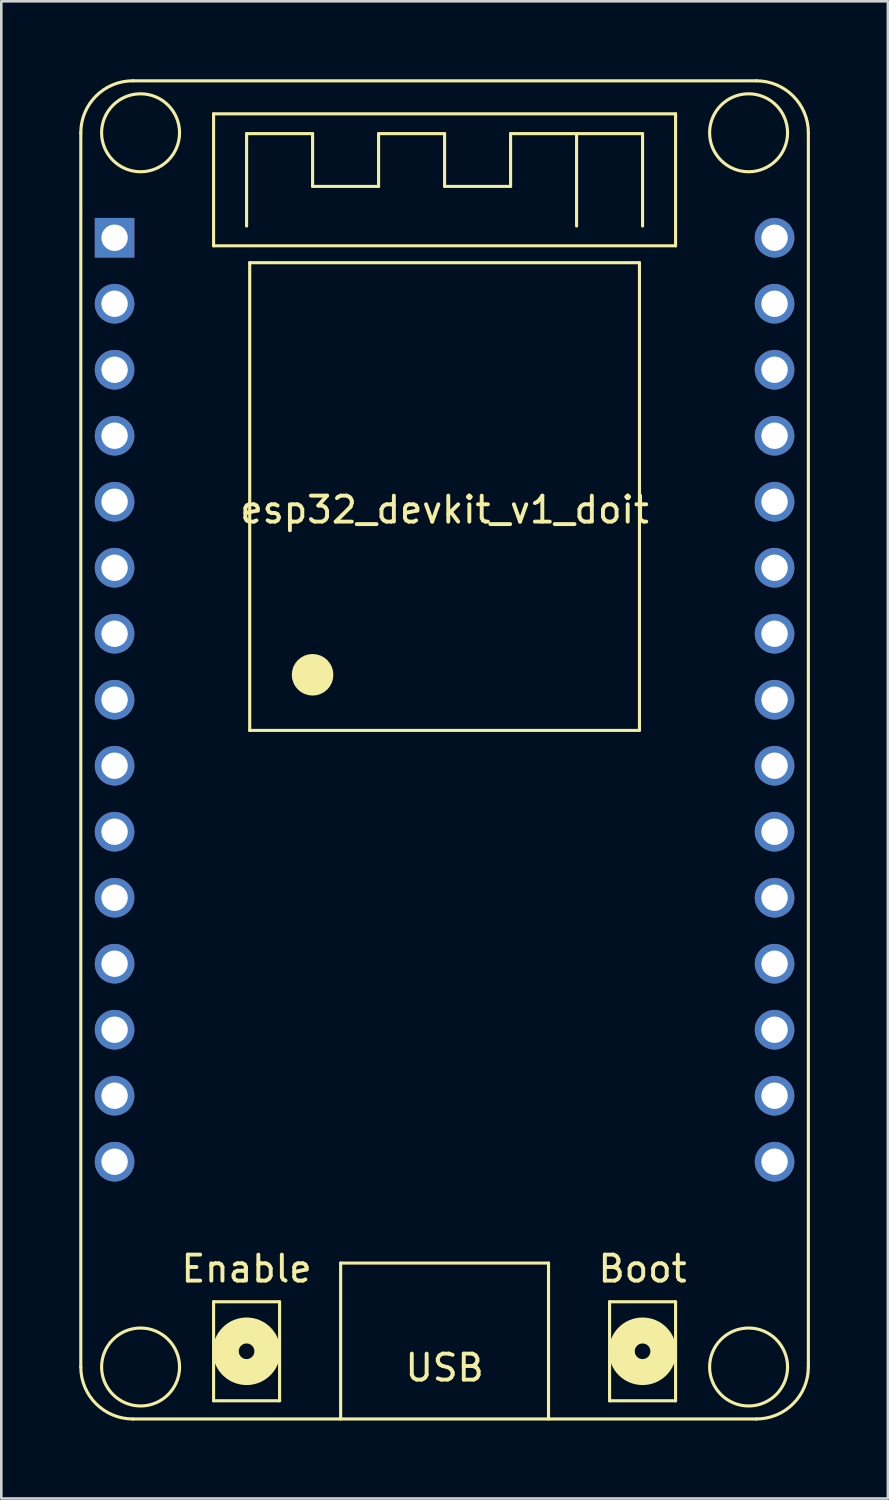
<source format=kicad_pcb>
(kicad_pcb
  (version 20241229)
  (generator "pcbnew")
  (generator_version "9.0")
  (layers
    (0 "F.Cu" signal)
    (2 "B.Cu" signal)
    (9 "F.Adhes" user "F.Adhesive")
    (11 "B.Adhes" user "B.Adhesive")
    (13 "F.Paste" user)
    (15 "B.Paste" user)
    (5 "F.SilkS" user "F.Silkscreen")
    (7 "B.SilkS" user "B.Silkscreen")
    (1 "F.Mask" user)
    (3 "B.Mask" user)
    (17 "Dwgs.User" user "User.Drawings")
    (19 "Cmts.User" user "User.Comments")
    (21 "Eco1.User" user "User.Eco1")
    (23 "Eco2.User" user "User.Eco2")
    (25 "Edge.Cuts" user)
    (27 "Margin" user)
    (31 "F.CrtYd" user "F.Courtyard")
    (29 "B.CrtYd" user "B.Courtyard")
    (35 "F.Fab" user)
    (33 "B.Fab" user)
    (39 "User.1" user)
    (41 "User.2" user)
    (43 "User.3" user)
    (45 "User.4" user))
  (footprint "esp32_devkit_v1_doit"
    (layer "F.Cu")
    (at 14.06 6.1)
    (property "Reference" "esp32_devkit_v1_doit" (at 0 10.47 0) (layer "F.SilkS") (effects (font (size 1 1) (thickness 0.15))))
    (attr smd)
    (fp_line (start -14 -4.04) (end -14 43.46) (stroke (width 0.12) (type solid)) (layer "F.SilkS"))
    (fp_line (start -12 -6.04) (end 12 -6.04) (stroke (width 0.12) (type solid)) (layer "F.SilkS"))
    (fp_line (start -12 45.46) (end 12 45.46) (stroke (width 0.12) (type solid)) (layer "F.SilkS"))
    (fp_line (start -8.89 -4.77) (end 8.89 -4.77) (stroke (width 0.12) (type solid)) (layer "F.SilkS"))
    (fp_line (start -8.89 0.31) (end -8.89 -4.77) (stroke (width 0.12) (type solid)) (layer "F.SilkS"))
    (fp_line (start -8.89 40.95) (end -6.35 40.95) (stroke (width 0.12) (type solid)) (layer "F.SilkS"))
    (fp_line (start -8.89 44.76) (end -8.89 40.95) (stroke (width 0.12) (type solid)) (layer "F.SilkS"))
    (fp_line (start -7.62 -4.008) (end -5.08 -4.008) (stroke (width 0.12) (type solid)) (layer "F.SilkS"))
    (fp_line (start -7.62 -0.452) (end -7.62 -4.008) (stroke (width 0.12) (type solid)) (layer "F.SilkS"))
    (fp_line (start -7.5 0.96) (end 7.5 0.96) (stroke (width 0.12) (type solid)) (layer "F.SilkS"))
    (fp_line (start -7.5 18.96) (end -7.5 0.96) (stroke (width 0.12) (type solid)) (layer "F.SilkS"))
    (fp_line (start -6.35 40.95) (end -6.35 44.76) (stroke (width 0.12) (type solid)) (layer "F.SilkS"))
    (fp_line (start -6.35 44.76) (end -8.89 44.76) (stroke (width 0.12) (type solid)) (layer "F.SilkS"))
    (fp_line (start -5.08 -4.008) (end -5.08 -1.976) (stroke (width 0.12) (type solid)) (layer "F.SilkS"))
    (fp_line (start -5.08 -1.976) (end -2.54 -1.976) (stroke (width 0.12) (type solid)) (layer "F.SilkS"))
    (fp_line (start -4 39.46) (end -4 45.46) (stroke (width 0.12) (type solid)) (layer "F.SilkS"))
    (fp_line (start -4 39.46) (end 4 39.46) (stroke (width 0.12) (type solid)) (layer "F.SilkS"))
    (fp_line (start -2.54 -4.008) (end 0 -4.008) (stroke (width 0.12) (type solid)) (layer "F.SilkS"))
    (fp_line (start -2.54 -1.976) (end -2.54 -4.008) (stroke (width 0.12) (type solid)) (layer "F.SilkS"))
    (fp_line (start 0 -4.008) (end 0 -1.976) (stroke (width 0.12) (type solid)) (layer "F.SilkS"))
    (fp_line (start 0 -1.976) (end 2.54 -1.976) (stroke (width 0.12) (type solid)) (layer "F.SilkS"))
    (fp_line (start 2.54 -4.008) (end 7.62 -4.008) (stroke (width 0.12) (type solid)) (layer "F.SilkS"))
    (fp_line (start 2.54 -1.976) (end 2.54 -4.008) (stroke (width 0.12) (type solid)) (layer "F.SilkS"))
    (fp_line (start 4 39.46) (end 4 45.46) (stroke (width 0.12) (type solid)) (layer "F.SilkS"))
    (fp_line (start 5.08 -4.008) (end 5.08 -0.452) (stroke (width 0.12) (type solid)) (layer "F.SilkS"))
    (fp_line (start 6.35 40.95) (end 8.89 40.95) (stroke (width 0.12) (type solid)) (layer "F.SilkS"))
    (fp_line (start 6.35 44.76) (end 6.35 40.95) (stroke (width 0.12) (type solid)) (layer "F.SilkS"))
    (fp_line (start 7.5 0.96) (end 7.5 18.96) (stroke (width 0.12) (type solid)) (layer "F.SilkS"))
    (fp_line (start 7.5 18.96) (end -7.5 18.96) (stroke (width 0.12) (type solid)) (layer "F.SilkS"))
    (fp_line (start 7.62 -4.008) (end 7.62 -0.452) (stroke (width 0.12) (type solid)) (layer "F.SilkS"))
    (fp_line (start 8.89 -4.77) (end 8.89 0.31) (stroke (width 0.12) (type solid)) (layer "F.SilkS"))
    (fp_line (start 8.89 0.31) (end -8.89 0.31) (stroke (width 0.12) (type solid)) (layer "F.SilkS"))
    (fp_line (start 8.89 40.95) (end 8.89 44.76) (stroke (width 0.12) (type solid)) (layer "F.SilkS"))
    (fp_line (start 8.89 44.76) (end 6.35 44.76) (stroke (width 0.12) (type solid)) (layer "F.SilkS"))
    (fp_line (start 14 43.46) (end 14 -4.04) (stroke (width 0.12) (type solid)) (layer "F.SilkS"))
    (fp_arc (start -14 -4.04) (mid -13.414214 -5.454214) (end -12 -6.04) (stroke (width 0.12) (type solid)) (layer "F.SilkS"))
    (fp_arc (start -12 45.46) (mid -13.414214 44.874214) (end -14 43.46) (stroke (width 0.12) (type solid)) (layer "F.SilkS"))
    (fp_arc (start 12 -6.04) (mid 13.414214 -5.454214) (end 14 -4.04) (stroke (width 0.12) (type solid)) (layer "F.SilkS"))
    (fp_arc (start 14 43.46) (mid 13.414214 44.874214) (end 12 45.46) (stroke (width 0.12) (type solid)) (layer "F.SilkS"))
    (fp_circle (center -11.7 -4.04) (end -10.2 -4.04) (stroke (width 0.12) (type solid)) (fill no) (layer "F.SilkS"))
    (fp_circle (center -11.7 43.46) (end -10.2 43.46) (stroke (width 0.12) (type solid)) (fill no) (layer "F.SilkS"))
    (fp_circle (center -7.62 42.855) (end -7.32 42.855) (stroke (width 1) (type solid)) (fill no) (layer "F.SilkS"))
    (fp_circle (center -5.08 16.82) (end -4.68 16.82) (stroke (width 0.8) (type solid)) (fill no) (layer "F.SilkS"))
    (fp_circle (center 7.62 42.855) (end 7.92 42.855) (stroke (width 1) (type solid)) (fill no) (layer "F.SilkS"))
    (fp_circle (center 11.7 -4.04) (end 13.2 -4.04) (stroke (width 0.12) (type solid)) (fill no) (layer "F.SilkS"))
    (fp_circle (center 11.7 43.46) (end 13.2 43.46) (stroke (width 0.12) (type solid)) (fill no) (layer "F.SilkS"))
    (fp_text user "Enable" (at -7.62 39.68 0) (layer "F.SilkS") (effects (font (size 1 1) (thickness 0.15))))
    (fp_text user "USB" (at 0 43.49 0) (layer "F.SilkS") (effects (font (size 1 1) (thickness 0.15))))
    (fp_text user "Boot" (at 7.62 39.68 0) (layer "F.SilkS") (effects (font (size 1 1) (thickness 0.15))))
    (pad "1" thru_hole rect (at -12.7 0) (size 1.524 1.524) (drill 1.016) (layers "*.Cu" "*.Mask"))
    (pad "2" thru_hole circle (at -12.7 2.54) (size 1.524 1.524) (drill 1.016) (layers "*.Cu" "*.Mask"))
    (pad "3" thru_hole circle (at -12.7 5.08) (size 1.524 1.524) (drill 1.016) (layers "*.Cu" "*.Mask"))
    (pad "4" thru_hole circle (at -12.7 7.62) (size 1.524 1.524) (drill 1.016) (layers "*.Cu" "*.Mask"))
    (pad "5" thru_hole circle (at -12.7 10.16) (size 1.524 1.524) (drill 1.016) (layers "*.Cu" "*.Mask"))
    (pad "6" thru_hole circle (at -12.7 12.7) (size 1.524 1.524) (drill 1.016) (layers "*.Cu" "*.Mask"))
    (pad "7" thru_hole circle (at -12.7 15.24) (size 1.524 1.524) (drill 1.016) (layers "*.Cu" "*.Mask"))
    (pad "8" thru_hole circle (at -12.7 17.78) (size 1.524 1.524) (drill 1.016) (layers "*.Cu" "*.Mask"))
    (pad "9" thru_hole circle (at -12.7 20.32) (size 1.524 1.524) (drill 1.016) (layers "*.Cu" "*.Mask"))
    (pad "10" thru_hole circle (at -12.7 22.86) (size 1.524 1.524) (drill 1.016) (layers "*.Cu" "*.Mask"))
    (pad "11" thru_hole circle (at -12.7 25.4) (size 1.524 1.524) (drill 1.016) (layers "*.Cu" "*.Mask"))
    (pad "12" thru_hole circle (at -12.7 27.94) (size 1.524 1.524) (drill 1.016) (layers "*.Cu" "*.Mask"))
    (pad "13" thru_hole circle (at -12.7 30.48) (size 1.524 1.524) (drill 1.016) (layers "*.Cu" "*.Mask"))
    (pad "14" thru_hole circle (at -12.7 33.02) (size 1.524 1.524) (drill 1.016) (layers "*.Cu" "*.Mask"))
    (pad "15" thru_hole circle (at -12.7 35.56) (size 1.524 1.524) (drill 1.016) (layers "*.Cu" "*.Mask"))
    (pad "16" thru_hole circle (at 12.7 35.56) (size 1.524 1.524) (drill 1.016) (layers "*.Cu" "*.Mask"))
    (pad "17" thru_hole circle (at 12.7 33.02) (size 1.524 1.524) (drill 1.016) (layers "*.Cu" "*.Mask"))
    (pad "18" thru_hole circle (at 12.7 30.48) (size 1.524 1.524) (drill 1.016) (layers "*.Cu" "*.Mask"))
    (pad "19" thru_hole circle (at 12.7 27.94) (size 1.524 1.524) (drill 1.016) (layers "*.Cu" "*.Mask"))
    (pad "20" thru_hole circle (at 12.7 25.4) (size 1.524 1.524) (drill 1.016) (layers "*.Cu" "*.Mask"))
    (pad "21" thru_hole circle (at 12.7 22.86) (size 1.524 1.524) (drill 1.016) (layers "*.Cu" "*.Mask"))
    (pad "22" thru_hole circle (at 12.7 20.32) (size 1.524 1.524) (drill 1.016) (layers "*.Cu" "*.Mask"))
    (pad "23" thru_hole circle (at 12.7 17.78) (size 1.524 1.524) (drill 1.016) (layers "*.Cu" "*.Mask"))
    (pad "24" thru_hole circle (at 12.7 15.24) (size 1.524 1.524) (drill 1.016) (layers "*.Cu" "*.Mask"))
    (pad "25" thru_hole circle (at 12.7 12.7) (size 1.524 1.524) (drill 1.016) (layers "*.Cu" "*.Mask"))
    (pad "26" thru_hole circle (at 12.7 10.16) (size 1.524 1.524) (drill 1.016) (layers "*.Cu" "*.Mask"))
    (pad "27" thru_hole circle (at 12.7 7.62) (size 1.524 1.524) (drill 1.016) (layers "*.Cu" "*.Mask"))
    (pad "28" thru_hole circle (at 12.7 5.08) (size 1.524 1.524) (drill 1.016) (layers "*.Cu" "*.Mask"))
    (pad "29" thru_hole circle (at 12.7 2.54) (size 1.524 1.524) (drill 1.016) (layers "*.Cu" "*.Mask"))
    (pad "30" thru_hole circle (at 12.7 0) (size 1.524 1.524) (drill 1.016) (layers "*.Cu" "*.Mask")))
  (gr_rect
    (start -3 -3)
    (end 31.12 54.62)
    (stroke (width 0.1) (type default))
    (fill no)
    (layer "Edge.Cuts")))
</source>
